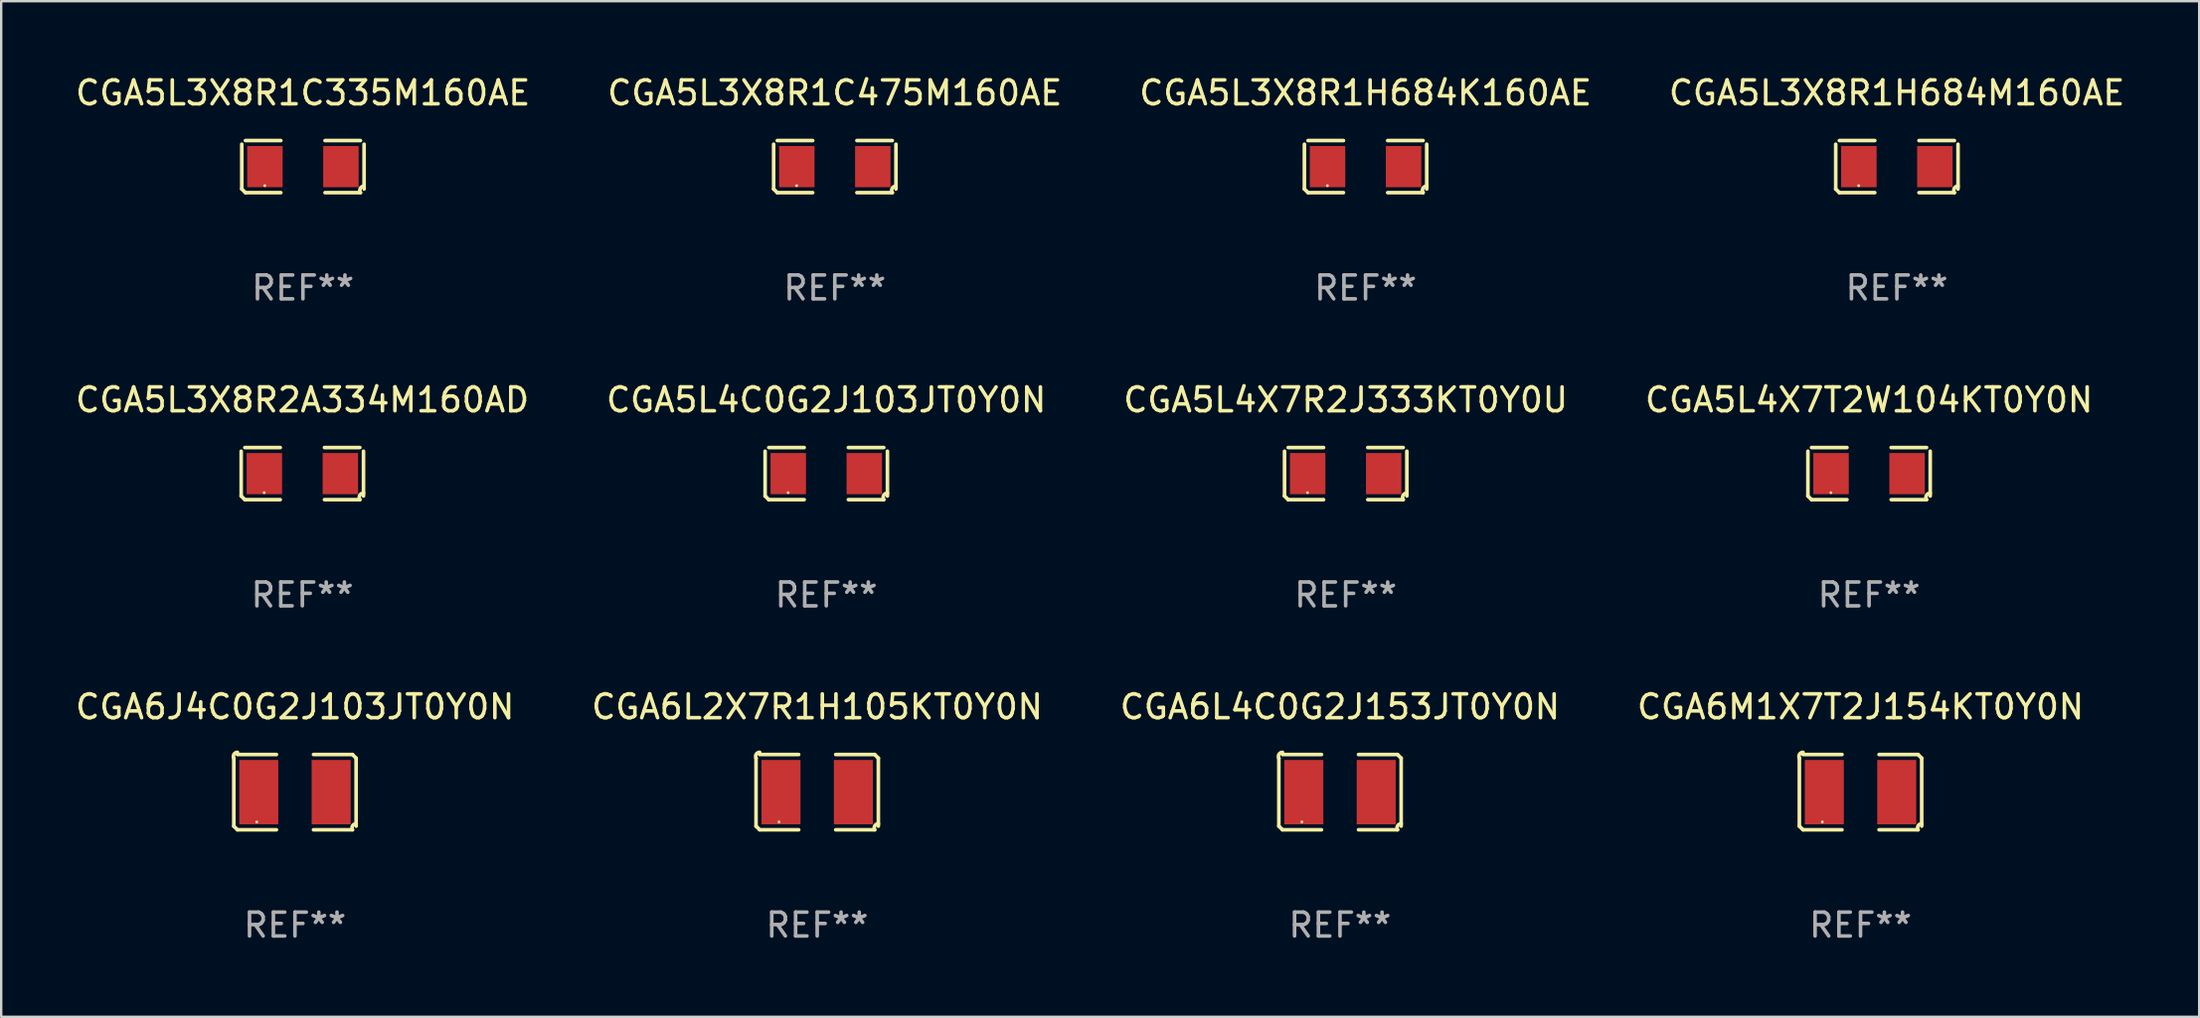
<source format=kicad_pcb>
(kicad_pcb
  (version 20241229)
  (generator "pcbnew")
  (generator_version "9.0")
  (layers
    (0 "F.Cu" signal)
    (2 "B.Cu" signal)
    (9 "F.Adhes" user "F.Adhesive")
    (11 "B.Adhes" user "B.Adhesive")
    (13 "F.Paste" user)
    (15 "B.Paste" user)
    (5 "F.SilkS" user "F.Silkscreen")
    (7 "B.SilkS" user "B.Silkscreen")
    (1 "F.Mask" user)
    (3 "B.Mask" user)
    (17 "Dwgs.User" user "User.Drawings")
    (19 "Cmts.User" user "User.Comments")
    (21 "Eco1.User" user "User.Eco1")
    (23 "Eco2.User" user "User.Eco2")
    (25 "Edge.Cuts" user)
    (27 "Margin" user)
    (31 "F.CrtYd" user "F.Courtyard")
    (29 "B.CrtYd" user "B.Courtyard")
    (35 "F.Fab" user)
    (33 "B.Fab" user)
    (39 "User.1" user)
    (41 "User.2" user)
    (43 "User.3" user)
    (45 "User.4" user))
  (footprint "CGA5L3X8R1C335M160AE"
    (layer "F.Cu")
    (at 9.649 3.941)
    (property "Reference" "CGA5L3X8R1C335M160AE" (at 0 -3.093 0) (layer "F.SilkS") (effects (font (size 1 1) (thickness 0.15))))
    (attr through_hole)
    (fp_line (start -2.564 0.94) (end -2.564 -0.94) (stroke (width 0.152) (type solid)) (layer "F.SilkS"))
    (fp_line (start -2.411 -1.093) (end -0.926 -1.093) (stroke (width 0.152) (type solid)) (layer "F.SilkS"))
    (fp_line (start -0.926 1.093) (end -2.411 1.093) (stroke (width 0.152) (type solid)) (layer "F.SilkS"))
    (fp_line (start 0.926 1.093) (end 2.411 1.093) (stroke (width 0.152) (type solid)) (layer "F.SilkS"))
    (fp_line (start 2.411 -1.093) (end 0.926 -1.093) (stroke (width 0.152) (type solid)) (layer "F.SilkS"))
    (fp_line (start 2.564 0.94) (end 2.564 -0.94) (stroke (width 0.152) (type solid)) (layer "F.SilkS"))
    (fp_arc (start -2.411201 1.092609) (mid -2.487413 1.01642) (end -2.563602 0.940208) (stroke (width 0.1524) (type solid)) (layer "F.SilkS"))
    (fp_arc (start 2.411201 1.092609) (mid 2.407159 0.911226) (end 2.563602 0.819347) (stroke (width 0.1524) (type solid)) (layer "F.SilkS"))
    (fp_circle (center -1.6 0.8) (end -1.57 0.8) (stroke (width 0.06) (type solid)) (fill no) (layer "F.SilkS"))
    (fp_text user "REF**" (at 0 5.093 0) (layer "F.Fab") (effects (font (size 1 1) (thickness 0.15))))
    (pad "1" smd rect (at -1.593 0) (size 1.485 1.728) (layers "F.Cu" "F.Mask" "F.Paste"))
    (pad "2" smd rect (at 1.593 0) (size 1.485 1.728) (layers "F.Cu" "F.Mask" "F.Paste")))
  (footprint "CGA6L2X7R1H105KT0Y0N"
    (layer "F.Cu")
    (at 31.208 30.19)
    (property "Reference" "CGA6L2X7R1H105KT0Y0N" (at 0 -3.579 0) (layer "F.SilkS") (effects (font (size 1 1) (thickness 0.15))))
    (attr through_hole)
    (fp_line (start -2.564 1.426) (end -2.564 -1.426) (stroke (width 0.152) (type solid)) (layer "F.SilkS"))
    (fp_line (start -2.411 -1.579) (end -0.776 -1.579) (stroke (width 0.152) (type solid)) (layer "F.SilkS"))
    (fp_line (start -0.776 1.579) (end -2.411 1.579) (stroke (width 0.152) (type solid)) (layer "F.SilkS"))
    (fp_line (start 0.776 1.579) (end 2.411 1.579) (stroke (width 0.152) (type solid)) (layer "F.SilkS"))
    (fp_line (start 2.411 -1.579) (end 0.776 -1.579) (stroke (width 0.152) (type solid)) (layer "F.SilkS"))
    (fp_line (start 2.564 1.426) (end 2.564 -1.426) (stroke (width 0.152) (type solid)) (layer "F.SilkS"))
    (fp_arc (start -2.563602 -1.426213) (mid -2.555597 -1.591233) (end -2.411201 -1.671518) (stroke (width 0.1524) (type solid)) (layer "F.SilkS"))
    (fp_arc (start -2.5636 1.426214) (mid -2.487389 1.502402) (end -2.411201 1.578613) (stroke (width 0.1524) (type solid)) (layer "F.SilkS"))
    (fp_arc (start 2.411197 -1.578618) (mid 2.487403 -1.502419) (end 2.563602 -1.426213) (stroke (width 0.1524) (type solid)) (layer "F.SilkS"))
    (fp_arc (start 2.411201 1.578613) (mid 2.416214 1.409455) (end 2.563602 1.32629) (stroke (width 0.1524) (type solid)) (layer "F.SilkS"))
    (fp_circle (center -1.6 1.25) (end -1.57 1.25) (stroke (width 0.06) (type solid)) (fill no) (layer "F.SilkS"))
    (fp_text user "REF**" (at 0 5.579 0) (layer "F.Fab") (effects (font (size 1 1) (thickness 0.15))))
    (pad "1" smd rect (at -1.517 0) (size 1.635 2.7) (layers "F.Cu" "F.Mask" "F.Paste"))
    (pad "2" smd rect (at 1.517 0) (size 1.635 2.7) (layers "F.Cu" "F.Mask" "F.Paste")))
  (footprint "CGA6J4C0G2J103JT0Y0N"
    (layer "F.Cu")
    (at 9.315 30.19)
    (property "Reference" "CGA6J4C0G2J103JT0Y0N" (at 0 -3.579 0) (layer "F.SilkS") (effects (font (size 1 1) (thickness 0.15))))
    (attr through_hole)
    (fp_line (start -2.564 1.426) (end -2.564 -1.426) (stroke (width 0.152) (type solid)) (layer "F.SilkS"))
    (fp_line (start -2.411 -1.579) (end -0.776 -1.579) (stroke (width 0.152) (type solid)) (layer "F.SilkS"))
    (fp_line (start -0.776 1.579) (end -2.411 1.579) (stroke (width 0.152) (type solid)) (layer "F.SilkS"))
    (fp_line (start 0.776 1.579) (end 2.411 1.579) (stroke (width 0.152) (type solid)) (layer "F.SilkS"))
    (fp_line (start 2.411 -1.579) (end 0.776 -1.579) (stroke (width 0.152) (type solid)) (layer "F.SilkS"))
    (fp_line (start 2.564 1.426) (end 2.564 -1.426) (stroke (width 0.152) (type solid)) (layer "F.SilkS"))
    (fp_arc (start -2.563602 -1.426213) (mid -2.555597 -1.591233) (end -2.411201 -1.671518) (stroke (width 0.1524) (type solid)) (layer "F.SilkS"))
    (fp_arc (start -2.5636 1.426214) (mid -2.487389 1.502402) (end -2.411201 1.578613) (stroke (width 0.1524) (type solid)) (layer "F.SilkS"))
    (fp_arc (start 2.411197 -1.578618) (mid 2.487403 -1.502419) (end 2.563602 -1.426213) (stroke (width 0.1524) (type solid)) (layer "F.SilkS"))
    (fp_arc (start 2.411201 1.578613) (mid 2.416214 1.409455) (end 2.563602 1.32629) (stroke (width 0.1524) (type solid)) (layer "F.SilkS"))
    (fp_circle (center -1.6 1.25) (end -1.57 1.25) (stroke (width 0.06) (type solid)) (fill no) (layer "F.SilkS"))
    (fp_text user "REF**" (at 0 5.579 0) (layer "F.Fab") (effects (font (size 1 1) (thickness 0.15))))
    (pad "1" smd rect (at -1.517 0) (size 1.635 2.7) (layers "F.Cu" "F.Mask" "F.Paste"))
    (pad "2" smd rect (at 1.517 0) (size 1.635 2.7) (layers "F.Cu" "F.Mask" "F.Paste")))
  (footprint "CGA5L3X8R1H684M160AE"
    (layer "F.Cu")
    (at 76.47 3.941)
    (property "Reference" "CGA5L3X8R1H684M160AE" (at 0 -3.093 0) (layer "F.SilkS") (effects (font (size 1 1) (thickness 0.15))))
    (attr through_hole)
    (fp_line (start -2.564 0.94) (end -2.564 -0.94) (stroke (width 0.152) (type solid)) (layer "F.SilkS"))
    (fp_line (start -2.411 -1.093) (end -0.926 -1.093) (stroke (width 0.152) (type solid)) (layer "F.SilkS"))
    (fp_line (start -0.926 1.093) (end -2.411 1.093) (stroke (width 0.152) (type solid)) (layer "F.SilkS"))
    (fp_line (start 0.926 1.093) (end 2.411 1.093) (stroke (width 0.152) (type solid)) (layer "F.SilkS"))
    (fp_line (start 2.411 -1.093) (end 0.926 -1.093) (stroke (width 0.152) (type solid)) (layer "F.SilkS"))
    (fp_line (start 2.564 0.94) (end 2.564 -0.94) (stroke (width 0.152) (type solid)) (layer "F.SilkS"))
    (fp_arc (start -2.411201 1.092609) (mid -2.487413 1.01642) (end -2.563602 0.940208) (stroke (width 0.1524) (type solid)) (layer "F.SilkS"))
    (fp_arc (start 2.411201 1.092609) (mid 2.407159 0.911226) (end 2.563602 0.819347) (stroke (width 0.1524) (type solid)) (layer "F.SilkS"))
    (fp_circle (center -1.6 0.8) (end -1.57 0.8) (stroke (width 0.06) (type solid)) (fill no) (layer "F.SilkS"))
    (fp_text user "REF**" (at 0 5.093 0) (layer "F.Fab") (effects (font (size 1 1) (thickness 0.15))))
    (pad "1" smd rect (at -1.593 0) (size 1.485 1.728) (layers "F.Cu" "F.Mask" "F.Paste"))
    (pad "2" smd rect (at 1.593 0) (size 1.485 1.728) (layers "F.Cu" "F.Mask" "F.Paste")))
  (footprint "CGA5L4X7R2J333KT0Y0U"
    (layer "F.Cu")
    (at 53.363 16.823)
    (property "Reference" "CGA5L4X7R2J333KT0Y0U" (at 0 -3.093 0) (layer "F.SilkS") (effects (font (size 1 1) (thickness 0.15))))
    (attr through_hole)
    (fp_line (start -2.564 0.94) (end -2.564 -0.94) (stroke (width 0.152) (type solid)) (layer "F.SilkS"))
    (fp_line (start -2.411 -1.093) (end -0.926 -1.093) (stroke (width 0.152) (type solid)) (layer "F.SilkS"))
    (fp_line (start -0.926 1.093) (end -2.411 1.093) (stroke (width 0.152) (type solid)) (layer "F.SilkS"))
    (fp_line (start 0.926 1.093) (end 2.411 1.093) (stroke (width 0.152) (type solid)) (layer "F.SilkS"))
    (fp_line (start 2.411 -1.093) (end 0.926 -1.093) (stroke (width 0.152) (type solid)) (layer "F.SilkS"))
    (fp_line (start 2.564 0.94) (end 2.564 -0.94) (stroke (width 0.152) (type solid)) (layer "F.SilkS"))
    (fp_arc (start -2.411201 1.092609) (mid -2.487413 1.01642) (end -2.563602 0.940208) (stroke (width 0.1524) (type solid)) (layer "F.SilkS"))
    (fp_arc (start 2.411201 1.092609) (mid 2.407159 0.911226) (end 2.563602 0.819347) (stroke (width 0.1524) (type solid)) (layer "F.SilkS"))
    (fp_circle (center -1.6 0.8) (end -1.57 0.8) (stroke (width 0.06) (type solid)) (fill no) (layer "F.SilkS"))
    (fp_text user "REF**" (at 0 5.093 0) (layer "F.Fab") (effects (font (size 1 1) (thickness 0.15))))
    (pad "1" smd rect (at -1.593 0) (size 1.485 1.728) (layers "F.Cu" "F.Mask" "F.Paste"))
    (pad "2" smd rect (at 1.593 0) (size 1.485 1.728) (layers "F.Cu" "F.Mask" "F.Paste")))
  (footprint "CGA5L3X8R1H684K160AE"
    (layer "F.Cu")
    (at 54.196 3.941)
    (property "Reference" "CGA5L3X8R1H684K160AE" (at 0 -3.093 0) (layer "F.SilkS") (effects (font (size 1 1) (thickness 0.15))))
    (attr through_hole)
    (fp_line (start -2.564 0.94) (end -2.564 -0.94) (stroke (width 0.152) (type solid)) (layer "F.SilkS"))
    (fp_line (start -2.411 -1.093) (end -0.926 -1.093) (stroke (width 0.152) (type solid)) (layer "F.SilkS"))
    (fp_line (start -0.926 1.093) (end -2.411 1.093) (stroke (width 0.152) (type solid)) (layer "F.SilkS"))
    (fp_line (start 0.926 1.093) (end 2.411 1.093) (stroke (width 0.152) (type solid)) (layer "F.SilkS"))
    (fp_line (start 2.411 -1.093) (end 0.926 -1.093) (stroke (width 0.152) (type solid)) (layer "F.SilkS"))
    (fp_line (start 2.564 0.94) (end 2.564 -0.94) (stroke (width 0.152) (type solid)) (layer "F.SilkS"))
    (fp_arc (start -2.411201 1.092609) (mid -2.487413 1.01642) (end -2.563602 0.940208) (stroke (width 0.1524) (type solid)) (layer "F.SilkS"))
    (fp_arc (start 2.411201 1.092609) (mid 2.407159 0.911226) (end 2.563602 0.819347) (stroke (width 0.1524) (type solid)) (layer "F.SilkS"))
    (fp_circle (center -1.6 0.8) (end -1.57 0.8) (stroke (width 0.06) (type solid)) (fill no) (layer "F.SilkS"))
    (fp_text user "REF**" (at 0 5.093 0) (layer "F.Fab") (effects (font (size 1 1) (thickness 0.15))))
    (pad "1" smd rect (at -1.593 0) (size 1.485 1.728) (layers "F.Cu" "F.Mask" "F.Paste"))
    (pad "2" smd rect (at 1.593 0) (size 1.485 1.728) (layers "F.Cu" "F.Mask" "F.Paste")))
  (footprint "CGA6M1X7T2J154KT0Y0N"
    (layer "F.Cu")
    (at 74.946 30.19)
    (property "Reference" "CGA6M1X7T2J154KT0Y0N" (at 0 -3.579 0) (layer "F.SilkS") (effects (font (size 1 1) (thickness 0.15))))
    (attr through_hole)
    (fp_line (start -2.564 1.426) (end -2.564 -1.426) (stroke (width 0.152) (type solid)) (layer "F.SilkS"))
    (fp_line (start -2.411 -1.579) (end -0.776 -1.579) (stroke (width 0.152) (type solid)) (layer "F.SilkS"))
    (fp_line (start -0.776 1.579) (end -2.411 1.579) (stroke (width 0.152) (type solid)) (layer "F.SilkS"))
    (fp_line (start 0.776 1.579) (end 2.411 1.579) (stroke (width 0.152) (type solid)) (layer "F.SilkS"))
    (fp_line (start 2.411 -1.579) (end 0.776 -1.579) (stroke (width 0.152) (type solid)) (layer "F.SilkS"))
    (fp_line (start 2.564 1.426) (end 2.564 -1.426) (stroke (width 0.152) (type solid)) (layer "F.SilkS"))
    (fp_arc (start -2.563602 -1.426213) (mid -2.555597 -1.591233) (end -2.411201 -1.671518) (stroke (width 0.1524) (type solid)) (layer "F.SilkS"))
    (fp_arc (start -2.5636 1.426214) (mid -2.487389 1.502402) (end -2.411201 1.578613) (stroke (width 0.1524) (type solid)) (layer "F.SilkS"))
    (fp_arc (start 2.411197 -1.578618) (mid 2.487403 -1.502419) (end 2.563602 -1.426213) (stroke (width 0.1524) (type solid)) (layer "F.SilkS"))
    (fp_arc (start 2.411201 1.578613) (mid 2.416214 1.409455) (end 2.563602 1.32629) (stroke (width 0.1524) (type solid)) (layer "F.SilkS"))
    (fp_circle (center -1.6 1.25) (end -1.57 1.25) (stroke (width 0.06) (type solid)) (fill no) (layer "F.SilkS"))
    (fp_text user "REF**" (at 0 5.579 0) (layer "F.Fab") (effects (font (size 1 1) (thickness 0.15))))
    (pad "1" smd rect (at -1.517 0) (size 1.635 2.7) (layers "F.Cu" "F.Mask" "F.Paste"))
    (pad "2" smd rect (at 1.517 0) (size 1.635 2.7) (layers "F.Cu" "F.Mask" "F.Paste")))
  (footprint "CGA6L4C0G2J153JT0Y0N"
    (layer "F.Cu")
    (at 53.125 30.19)
    (property "Reference" "CGA6L4C0G2J153JT0Y0N" (at 0 -3.579 0) (layer "F.SilkS") (effects (font (size 1 1) (thickness 0.15))))
    (attr through_hole)
    (fp_line (start -2.564 1.426) (end -2.564 -1.426) (stroke (width 0.152) (type solid)) (layer "F.SilkS"))
    (fp_line (start -2.411 -1.579) (end -0.776 -1.579) (stroke (width 0.152) (type solid)) (layer "F.SilkS"))
    (fp_line (start -0.776 1.579) (end -2.411 1.579) (stroke (width 0.152) (type solid)) (layer "F.SilkS"))
    (fp_line (start 0.776 1.579) (end 2.411 1.579) (stroke (width 0.152) (type solid)) (layer "F.SilkS"))
    (fp_line (start 2.411 -1.579) (end 0.776 -1.579) (stroke (width 0.152) (type solid)) (layer "F.SilkS"))
    (fp_line (start 2.564 1.426) (end 2.564 -1.426) (stroke (width 0.152) (type solid)) (layer "F.SilkS"))
    (fp_arc (start -2.563602 -1.426213) (mid -2.555597 -1.591233) (end -2.411201 -1.671518) (stroke (width 0.1524) (type solid)) (layer "F.SilkS"))
    (fp_arc (start -2.5636 1.426214) (mid -2.487389 1.502402) (end -2.411201 1.578613) (stroke (width 0.1524) (type solid)) (layer "F.SilkS"))
    (fp_arc (start 2.411197 -1.578618) (mid 2.487403 -1.502419) (end 2.563602 -1.426213) (stroke (width 0.1524) (type solid)) (layer "F.SilkS"))
    (fp_arc (start 2.411201 1.578613) (mid 2.416214 1.409455) (end 2.563602 1.32629) (stroke (width 0.1524) (type solid)) (layer "F.SilkS"))
    (fp_circle (center -1.6 1.25) (end -1.57 1.25) (stroke (width 0.06) (type solid)) (fill no) (layer "F.SilkS"))
    (fp_text user "REF**" (at 0 5.579 0) (layer "F.Fab") (effects (font (size 1 1) (thickness 0.15))))
    (pad "1" smd rect (at -1.517 0) (size 1.635 2.7) (layers "F.Cu" "F.Mask" "F.Paste"))
    (pad "2" smd rect (at 1.517 0) (size 1.635 2.7) (layers "F.Cu" "F.Mask" "F.Paste")))
  (footprint "CGA5L3X8R2A334M160AD"
    (layer "F.Cu")
    (at 9.625 16.823)
    (property "Reference" "CGA5L3X8R2A334M160AD" (at 0 -3.093 0) (layer "F.SilkS") (effects (font (size 1 1) (thickness 0.15))))
    (attr through_hole)
    (fp_line (start -2.564 0.94) (end -2.564 -0.94) (stroke (width 0.152) (type solid)) (layer "F.SilkS"))
    (fp_line (start -2.411 -1.093) (end -0.926 -1.093) (stroke (width 0.152) (type solid)) (layer "F.SilkS"))
    (fp_line (start -0.926 1.093) (end -2.411 1.093) (stroke (width 0.152) (type solid)) (layer "F.SilkS"))
    (fp_line (start 0.926 1.093) (end 2.411 1.093) (stroke (width 0.152) (type solid)) (layer "F.SilkS"))
    (fp_line (start 2.411 -1.093) (end 0.926 -1.093) (stroke (width 0.152) (type solid)) (layer "F.SilkS"))
    (fp_line (start 2.564 0.94) (end 2.564 -0.94) (stroke (width 0.152) (type solid)) (layer "F.SilkS"))
    (fp_arc (start -2.411201 1.092609) (mid -2.487413 1.01642) (end -2.563602 0.940208) (stroke (width 0.1524) (type solid)) (layer "F.SilkS"))
    (fp_arc (start 2.411201 1.092609) (mid 2.407159 0.911226) (end 2.563602 0.819347) (stroke (width 0.1524) (type solid)) (layer "F.SilkS"))
    (fp_circle (center -1.6 0.8) (end -1.57 0.8) (stroke (width 0.06) (type solid)) (fill no) (layer "F.SilkS"))
    (fp_text user "REF**" (at 0 5.093 0) (layer "F.Fab") (effects (font (size 1 1) (thickness 0.15))))
    (pad "1" smd rect (at -1.593 0) (size 1.485 1.728) (layers "F.Cu" "F.Mask" "F.Paste"))
    (pad "2" smd rect (at 1.593 0) (size 1.485 1.728) (layers "F.Cu" "F.Mask" "F.Paste")))
  (footprint "CGA5L4C0G2J103JT0Y0N"
    (layer "F.Cu")
    (at 31.589 16.823)
    (property "Reference" "CGA5L4C0G2J103JT0Y0N" (at 0 -3.093 0) (layer "F.SilkS") (effects (font (size 1 1) (thickness 0.15))))
    (attr through_hole)
    (fp_line (start -2.564 0.94) (end -2.564 -0.94) (stroke (width 0.152) (type solid)) (layer "F.SilkS"))
    (fp_line (start -2.411 -1.093) (end -0.926 -1.093) (stroke (width 0.152) (type solid)) (layer "F.SilkS"))
    (fp_line (start -0.926 1.093) (end -2.411 1.093) (stroke (width 0.152) (type solid)) (layer "F.SilkS"))
    (fp_line (start 0.926 1.093) (end 2.411 1.093) (stroke (width 0.152) (type solid)) (layer "F.SilkS"))
    (fp_line (start 2.411 -1.093) (end 0.926 -1.093) (stroke (width 0.152) (type solid)) (layer "F.SilkS"))
    (fp_line (start 2.564 0.94) (end 2.564 -0.94) (stroke (width 0.152) (type solid)) (layer "F.SilkS"))
    (fp_arc (start -2.411201 1.092609) (mid -2.487413 1.01642) (end -2.563602 0.940208) (stroke (width 0.1524) (type solid)) (layer "F.SilkS"))
    (fp_arc (start 2.411201 1.092609) (mid 2.407159 0.911226) (end 2.563602 0.819347) (stroke (width 0.1524) (type solid)) (layer "F.SilkS"))
    (fp_circle (center -1.6 0.8) (end -1.57 0.8) (stroke (width 0.06) (type solid)) (fill no) (layer "F.SilkS"))
    (fp_text user "REF**" (at 0 5.093 0) (layer "F.Fab") (effects (font (size 1 1) (thickness 0.15))))
    (pad "1" smd rect (at -1.593 0) (size 1.485 1.728) (layers "F.Cu" "F.Mask" "F.Paste"))
    (pad "2" smd rect (at 1.593 0) (size 1.485 1.728) (layers "F.Cu" "F.Mask" "F.Paste")))
  (footprint "CGA5L3X8R1C475M160AE"
    (layer "F.Cu")
    (at 31.946 3.941)
    (property "Reference" "CGA5L3X8R1C475M160AE" (at 0 -3.093 0) (layer "F.SilkS") (effects (font (size 1 1) (thickness 0.15))))
    (attr through_hole)
    (fp_line (start -2.564 0.94) (end -2.564 -0.94) (stroke (width 0.152) (type solid)) (layer "F.SilkS"))
    (fp_line (start -2.411 -1.093) (end -0.926 -1.093) (stroke (width 0.152) (type solid)) (layer "F.SilkS"))
    (fp_line (start -0.926 1.093) (end -2.411 1.093) (stroke (width 0.152) (type solid)) (layer "F.SilkS"))
    (fp_line (start 0.926 1.093) (end 2.411 1.093) (stroke (width 0.152) (type solid)) (layer "F.SilkS"))
    (fp_line (start 2.411 -1.093) (end 0.926 -1.093) (stroke (width 0.152) (type solid)) (layer "F.SilkS"))
    (fp_line (start 2.564 0.94) (end 2.564 -0.94) (stroke (width 0.152) (type solid)) (layer "F.SilkS"))
    (fp_arc (start -2.411201 1.092609) (mid -2.487413 1.01642) (end -2.563602 0.940208) (stroke (width 0.1524) (type solid)) (layer "F.SilkS"))
    (fp_arc (start 2.411201 1.092609) (mid 2.407159 0.911226) (end 2.563602 0.819347) (stroke (width 0.1524) (type solid)) (layer "F.SilkS"))
    (fp_circle (center -1.6 0.8) (end -1.57 0.8) (stroke (width 0.06) (type solid)) (fill no) (layer "F.SilkS"))
    (fp_text user "REF**" (at 0 5.093 0) (layer "F.Fab") (effects (font (size 1 1) (thickness 0.15))))
    (pad "1" smd rect (at -1.593 0) (size 1.485 1.728) (layers "F.Cu" "F.Mask" "F.Paste"))
    (pad "2" smd rect (at 1.593 0) (size 1.485 1.728) (layers "F.Cu" "F.Mask" "F.Paste")))
  (footprint "CGA5L4X7T2W104KT0Y0N"
    (layer "F.Cu")
    (at 75.304 16.823)
    (property "Reference" "CGA5L4X7T2W104KT0Y0N" (at 0 -3.093 0) (layer "F.SilkS") (effects (font (size 1 1) (thickness 0.15))))
    (attr through_hole)
    (fp_line (start -2.564 0.94) (end -2.564 -0.94) (stroke (width 0.152) (type solid)) (layer "F.SilkS"))
    (fp_line (start -2.411 -1.093) (end -0.926 -1.093) (stroke (width 0.152) (type solid)) (layer "F.SilkS"))
    (fp_line (start -0.926 1.093) (end -2.411 1.093) (stroke (width 0.152) (type solid)) (layer "F.SilkS"))
    (fp_line (start 0.926 1.093) (end 2.411 1.093) (stroke (width 0.152) (type solid)) (layer "F.SilkS"))
    (fp_line (start 2.411 -1.093) (end 0.926 -1.093) (stroke (width 0.152) (type solid)) (layer "F.SilkS"))
    (fp_line (start 2.564 0.94) (end 2.564 -0.94) (stroke (width 0.152) (type solid)) (layer "F.SilkS"))
    (fp_arc (start -2.411201 1.092609) (mid -2.487413 1.01642) (end -2.563602 0.940208) (stroke (width 0.1524) (type solid)) (layer "F.SilkS"))
    (fp_arc (start 2.411201 1.092609) (mid 2.407159 0.911226) (end 2.563602 0.819347) (stroke (width 0.1524) (type solid)) (layer "F.SilkS"))
    (fp_circle (center -1.6 0.8) (end -1.57 0.8) (stroke (width 0.06) (type solid)) (fill no) (layer "F.SilkS"))
    (fp_text user "REF**" (at 0 5.093 0) (layer "F.Fab") (effects (font (size 1 1) (thickness 0.15))))
    (pad "1" smd rect (at -1.593 0) (size 1.485 1.728) (layers "F.Cu" "F.Mask" "F.Paste"))
    (pad "2" smd rect (at 1.593 0) (size 1.485 1.728) (layers "F.Cu" "F.Mask" "F.Paste")))
  (gr_rect
    (start -3 -3)
    (end 89.143 39.617)
    (stroke (width 0.1) (type default))
    (fill no)
    (layer "Edge.Cuts")))
</source>
